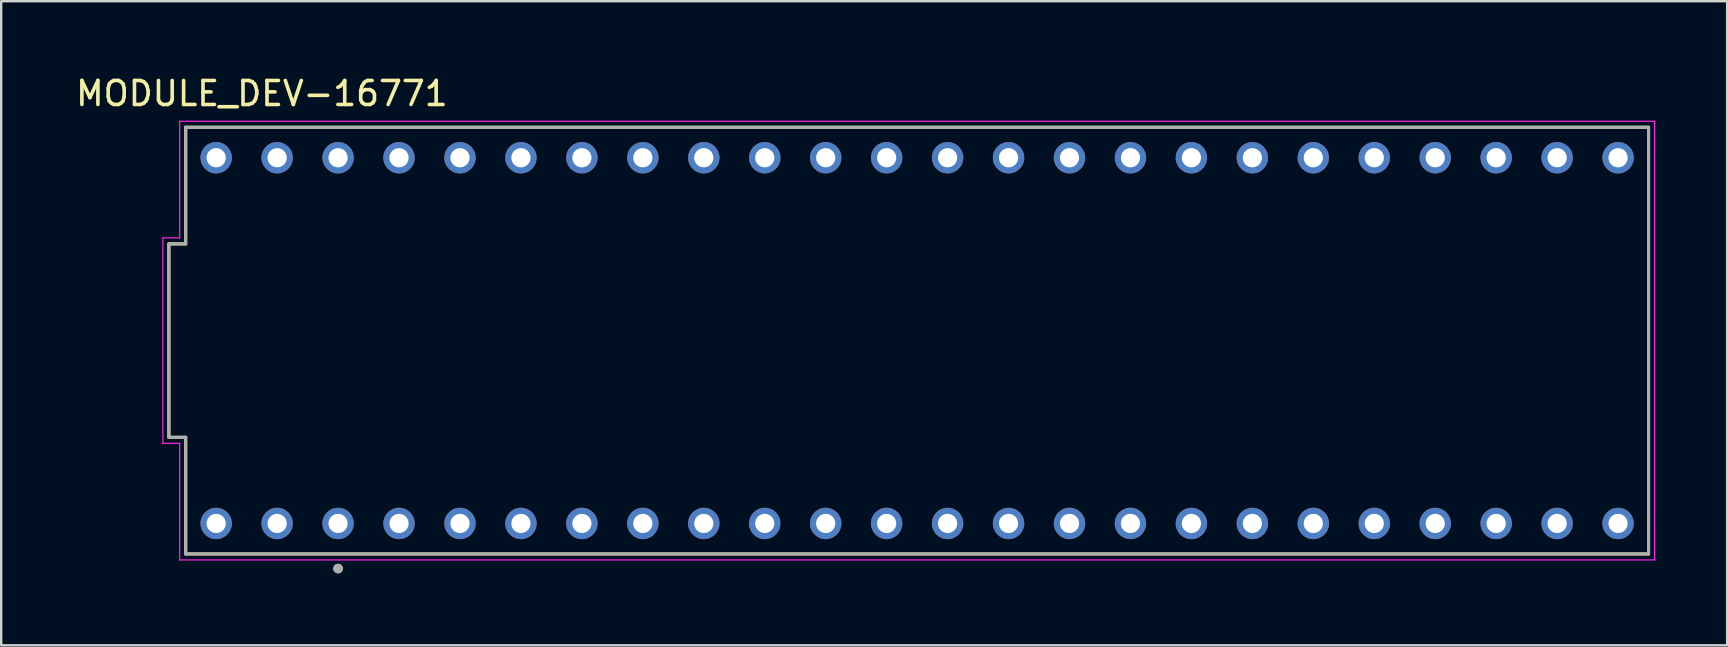
<source format=kicad_pcb>
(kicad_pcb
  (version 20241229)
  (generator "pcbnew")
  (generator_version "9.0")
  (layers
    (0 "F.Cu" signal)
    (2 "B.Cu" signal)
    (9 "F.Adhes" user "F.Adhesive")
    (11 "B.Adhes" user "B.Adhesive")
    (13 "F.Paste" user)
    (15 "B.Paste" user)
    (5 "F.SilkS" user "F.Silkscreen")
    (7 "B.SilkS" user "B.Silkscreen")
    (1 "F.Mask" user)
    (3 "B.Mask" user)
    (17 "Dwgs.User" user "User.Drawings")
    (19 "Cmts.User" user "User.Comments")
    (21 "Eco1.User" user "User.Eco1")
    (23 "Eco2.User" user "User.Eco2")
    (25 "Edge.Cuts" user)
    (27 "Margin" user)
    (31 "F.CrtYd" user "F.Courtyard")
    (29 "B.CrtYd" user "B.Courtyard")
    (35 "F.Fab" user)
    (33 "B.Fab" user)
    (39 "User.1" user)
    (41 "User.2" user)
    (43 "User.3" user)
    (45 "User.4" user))
  (footprint "MODULE_DEV-16771"
    (layer "F.Cu")
    (at 35.168 11.143)
    (property "Reference" "MODULE_DEV-16771" (at -27.305 -10.295 0) (layer "F.SilkS") (effects (font (size 1 1) (thickness 0.15))))
    (attr through_hole)
    (fp_line (start -31.18 4.03) (end -31.18 -4.03) (stroke (width 0.127) (type solid)) (layer "F.SilkS"))
    (fp_line (start -30.48 -8.89) (end -30.48 -4.03) (stroke (width 0.127) (type solid)) (layer "F.SilkS"))
    (fp_line (start -30.48 -8.89) (end 30.48 -8.89) (stroke (width 0.127) (type solid)) (layer "F.SilkS"))
    (fp_line (start -30.48 -4.03) (end -31.18 -4.03) (stroke (width 0.127) (type solid)) (layer "F.SilkS"))
    (fp_line (start -30.48 4.03) (end -31.18 4.03) (stroke (width 0.127) (type solid)) (layer "F.SilkS"))
    (fp_line (start -30.48 8.89) (end -30.48 4.03) (stroke (width 0.127) (type solid)) (layer "F.SilkS"))
    (fp_line (start 30.48 -8.89) (end 30.48 8.89) (stroke (width 0.127) (type solid)) (layer "F.SilkS"))
    (fp_line (start 30.48 8.89) (end -30.48 8.89) (stroke (width 0.127) (type solid)) (layer "F.SilkS"))
    (fp_circle (center -24.13 9.5) (end -24.03 9.5) (stroke (width 0.2) (type solid)) (fill no) (layer "F.SilkS"))
    (fp_line (start -31.43 4.28) (end -31.43 -4.28) (stroke (width 0.05) (type solid)) (layer "F.CrtYd"))
    (fp_line (start -30.73 -9.14) (end -30.73 -4.28) (stroke (width 0.05) (type solid)) (layer "F.CrtYd"))
    (fp_line (start -30.73 -9.14) (end 30.73 -9.14) (stroke (width 0.05) (type solid)) (layer "F.CrtYd"))
    (fp_line (start -30.73 -4.28) (end -31.43 -4.28) (stroke (width 0.05) (type solid)) (layer "F.CrtYd"))
    (fp_line (start -30.73 4.28) (end -31.43 4.28) (stroke (width 0.05) (type solid)) (layer "F.CrtYd"))
    (fp_line (start -30.73 9.14) (end -30.73 4.28) (stroke (width 0.05) (type solid)) (layer "F.CrtYd"))
    (fp_line (start 30.73 -9.14) (end 30.73 9.14) (stroke (width 0.05) (type solid)) (layer "F.CrtYd"))
    (fp_line (start 30.73 9.14) (end -30.73 9.14) (stroke (width 0.05) (type solid)) (layer "F.CrtYd"))
    (fp_line (start -31.18 4.03) (end -31.18 -4.03) (stroke (width 0.127) (type solid)) (layer "F.Fab"))
    (fp_line (start -30.48 -8.89) (end -30.48 -4.03) (stroke (width 0.127) (type solid)) (layer "F.Fab"))
    (fp_line (start -30.48 -8.89) (end 30.48 -8.89) (stroke (width 0.127) (type solid)) (layer "F.Fab"))
    (fp_line (start -30.48 -4.03) (end -31.18 -4.03) (stroke (width 0.127) (type solid)) (layer "F.Fab"))
    (fp_line (start -30.48 4.03) (end -31.18 4.03) (stroke (width 0.127) (type solid)) (layer "F.Fab"))
    (fp_line (start -30.48 8.89) (end -30.48 4.03) (stroke (width 0.127) (type solid)) (layer "F.Fab"))
    (fp_line (start 30.48 -8.89) (end 30.48 8.89) (stroke (width 0.127) (type solid)) (layer "F.Fab"))
    (fp_line (start 30.48 8.89) (end -30.48 8.89) (stroke (width 0.127) (type solid)) (layer "F.Fab"))
    (fp_circle (center -24.13 9.5) (end -24.03 9.5) (stroke (width 0.2) (type solid)) (fill no) (layer "F.Fab"))
    (pad "0" thru_hole circle (at -26.67 7.62) (size 1.308 1.308) (drill 0.8) (layers "*.Cu" "*.Mask"))
    (pad "1" thru_hole circle (at -24.13 7.62) (size 1.308 1.308) (drill 0.8) (layers "*.Cu" "*.Mask"))
    (pad "2" thru_hole circle (at -21.59 7.62) (size 1.308 1.308) (drill 0.8) (layers "*.Cu" "*.Mask"))
    (pad "3" thru_hole circle (at -19.05 7.62) (size 1.308 1.308) (drill 0.8) (layers "*.Cu" "*.Mask"))
    (pad "3.3V_1" thru_hole circle (at 6.35 7.62) (size 1.308 1.308) (drill 0.8) (layers "*.Cu" "*.Mask"))
    (pad "3.3V_2" thru_hole circle (at -24.13 -7.62) (size 1.308 1.308) (drill 0.8) (layers "*.Cu" "*.Mask"))
    (pad "4" thru_hole circle (at -16.51 7.62) (size 1.308 1.308) (drill 0.8) (layers "*.Cu" "*.Mask"))
    (pad "5" thru_hole circle (at -13.97 7.62) (size 1.308 1.308) (drill 0.8) (layers "*.Cu" "*.Mask"))
    (pad "6" thru_hole circle (at -11.43 7.62) (size 1.308 1.308) (drill 0.8) (layers "*.Cu" "*.Mask"))
    (pad "7" thru_hole circle (at -8.89 7.62) (size 1.308 1.308) (drill 0.8) (layers "*.Cu" "*.Mask"))
    (pad "8" thru_hole circle (at -6.35 7.62) (size 1.308 1.308) (drill 0.8) (layers "*.Cu" "*.Mask"))
    (pad "9" thru_hole circle (at -3.81 7.62) (size 1.308 1.308) (drill 0.8) (layers "*.Cu" "*.Mask"))
    (pad "10" thru_hole circle (at -1.27 7.62) (size 1.308 1.308) (drill 0.8) (layers "*.Cu" "*.Mask"))
    (pad "11" thru_hole circle (at 1.27 7.62) (size 1.308 1.308) (drill 0.8) (layers "*.Cu" "*.Mask"))
    (pad "12" thru_hole circle (at 3.81 7.62) (size 1.308 1.308) (drill 0.8) (layers "*.Cu" "*.Mask"))
    (pad "13" thru_hole circle (at 3.81 -7.62) (size 1.308 1.308) (drill 0.8) (layers "*.Cu" "*.Mask"))
    (pad "14" thru_hole circle (at 1.27 -7.62) (size 1.308 1.308) (drill 0.8) (layers "*.Cu" "*.Mask"))
    (pad "15" thru_hole circle (at -1.27 -7.62) (size 1.308 1.308) (drill 0.8) (layers "*.Cu" "*.Mask"))
    (pad "16" thru_hole circle (at -3.81 -7.62) (size 1.308 1.308) (drill 0.8) (layers "*.Cu" "*.Mask"))
    (pad "17" thru_hole circle (at -6.35 -7.62) (size 1.308 1.308) (drill 0.8) (layers "*.Cu" "*.Mask"))
    (pad "18" thru_hole circle (at -8.89 -7.62) (size 1.308 1.308) (drill 0.8) (layers "*.Cu" "*.Mask"))
    (pad "19" thru_hole circle (at -11.43 -7.62) (size 1.308 1.308) (drill 0.8) (layers "*.Cu" "*.Mask"))
    (pad "20" thru_hole circle (at -13.97 -7.62) (size 1.308 1.308) (drill 0.8) (layers "*.Cu" "*.Mask"))
    (pad "21" thru_hole circle (at -16.51 -7.62) (size 1.308 1.308) (drill 0.8) (layers "*.Cu" "*.Mask"))
    (pad "22" thru_hole circle (at -19.05 -7.62) (size 1.308 1.308) (drill 0.8) (layers "*.Cu" "*.Mask"))
    (pad "23" thru_hole circle (at -21.59 -7.62) (size 1.308 1.308) (drill 0.8) (layers "*.Cu" "*.Mask"))
    (pad "24" thru_hole circle (at 8.89 7.62) (size 1.308 1.308) (drill 0.8) (layers "*.Cu" "*.Mask"))
    (pad "25" thru_hole circle (at 11.43 7.62) (size 1.308 1.308) (drill 0.8) (layers "*.Cu" "*.Mask"))
    (pad "26" thru_hole circle (at 13.97 7.62) (size 1.308 1.308) (drill 0.8) (layers "*.Cu" "*.Mask"))
    (pad "27" thru_hole circle (at 16.51 7.62) (size 1.308 1.308) (drill 0.8) (layers "*.Cu" "*.Mask"))
    (pad "28" thru_hole circle (at 19.05 7.62) (size 1.308 1.308) (drill 0.8) (layers "*.Cu" "*.Mask"))
    (pad "29" thru_hole circle (at 21.59 7.62) (size 1.308 1.308) (drill 0.8) (layers "*.Cu" "*.Mask"))
    (pad "30" thru_hole circle (at 24.13 7.62) (size 1.308 1.308) (drill 0.8) (layers "*.Cu" "*.Mask"))
    (pad "31" thru_hole circle (at 26.67 7.62) (size 1.308 1.308) (drill 0.8) (layers "*.Cu" "*.Mask"))
    (pad "32" thru_hole circle (at 29.21 7.62) (size 1.308 1.308) (drill 0.8) (layers "*.Cu" "*.Mask"))
    (pad "33" thru_hole circle (at 29.21 -7.62) (size 1.308 1.308) (drill 0.8) (layers "*.Cu" "*.Mask"))
    (pad "34" thru_hole circle (at 26.67 -7.62) (size 1.308 1.308) (drill 0.8) (layers "*.Cu" "*.Mask"))
    (pad "35" thru_hole circle (at 24.13 -7.62) (size 1.308 1.308) (drill 0.8) (layers "*.Cu" "*.Mask"))
    (pad "36" thru_hole circle (at 21.59 -7.62) (size 1.308 1.308) (drill 0.8) (layers "*.Cu" "*.Mask"))
    (pad "37" thru_hole circle (at 19.05 -7.62) (size 1.308 1.308) (drill 0.8) (layers "*.Cu" "*.Mask"))
    (pad "38" thru_hole circle (at 16.51 -7.62) (size 1.308 1.308) (drill 0.8) (layers "*.Cu" "*.Mask"))
    (pad "39" thru_hole circle (at 13.97 -7.62) (size 1.308 1.308) (drill 0.8) (layers "*.Cu" "*.Mask"))
    (pad "40" thru_hole circle (at 11.43 -7.62) (size 1.308 1.308) (drill 0.8) (layers "*.Cu" "*.Mask"))
    (pad "41" thru_hole circle (at 8.89 -7.62) (size 1.308 1.308) (drill 0.8) (layers "*.Cu" "*.Mask"))
    (pad "GND1" thru_hole circle (at -29.21 7.62) (size 1.308 1.308) (drill 0.8) (layers "*.Cu" "*.Mask"))
    (pad "GND2" thru_hole circle (at 6.35 -7.62) (size 1.308 1.308) (drill 0.8) (layers "*.Cu" "*.Mask"))
    (pad "GND3" thru_hole circle (at -26.67 -7.62) (size 1.308 1.308) (drill 0.8) (layers "*.Cu" "*.Mask"))
    (pad "VIN" thru_hole circle (at -29.21 -7.62) (size 1.308 1.308) (drill 0.8) (layers "*.Cu" "*.Mask")))
  (gr_rect
    (start -3 -3)
    (end 68.923 23.843)
    (stroke (width 0.1) (type default))
    (fill no)
    (layer "Edge.Cuts")))
</source>
